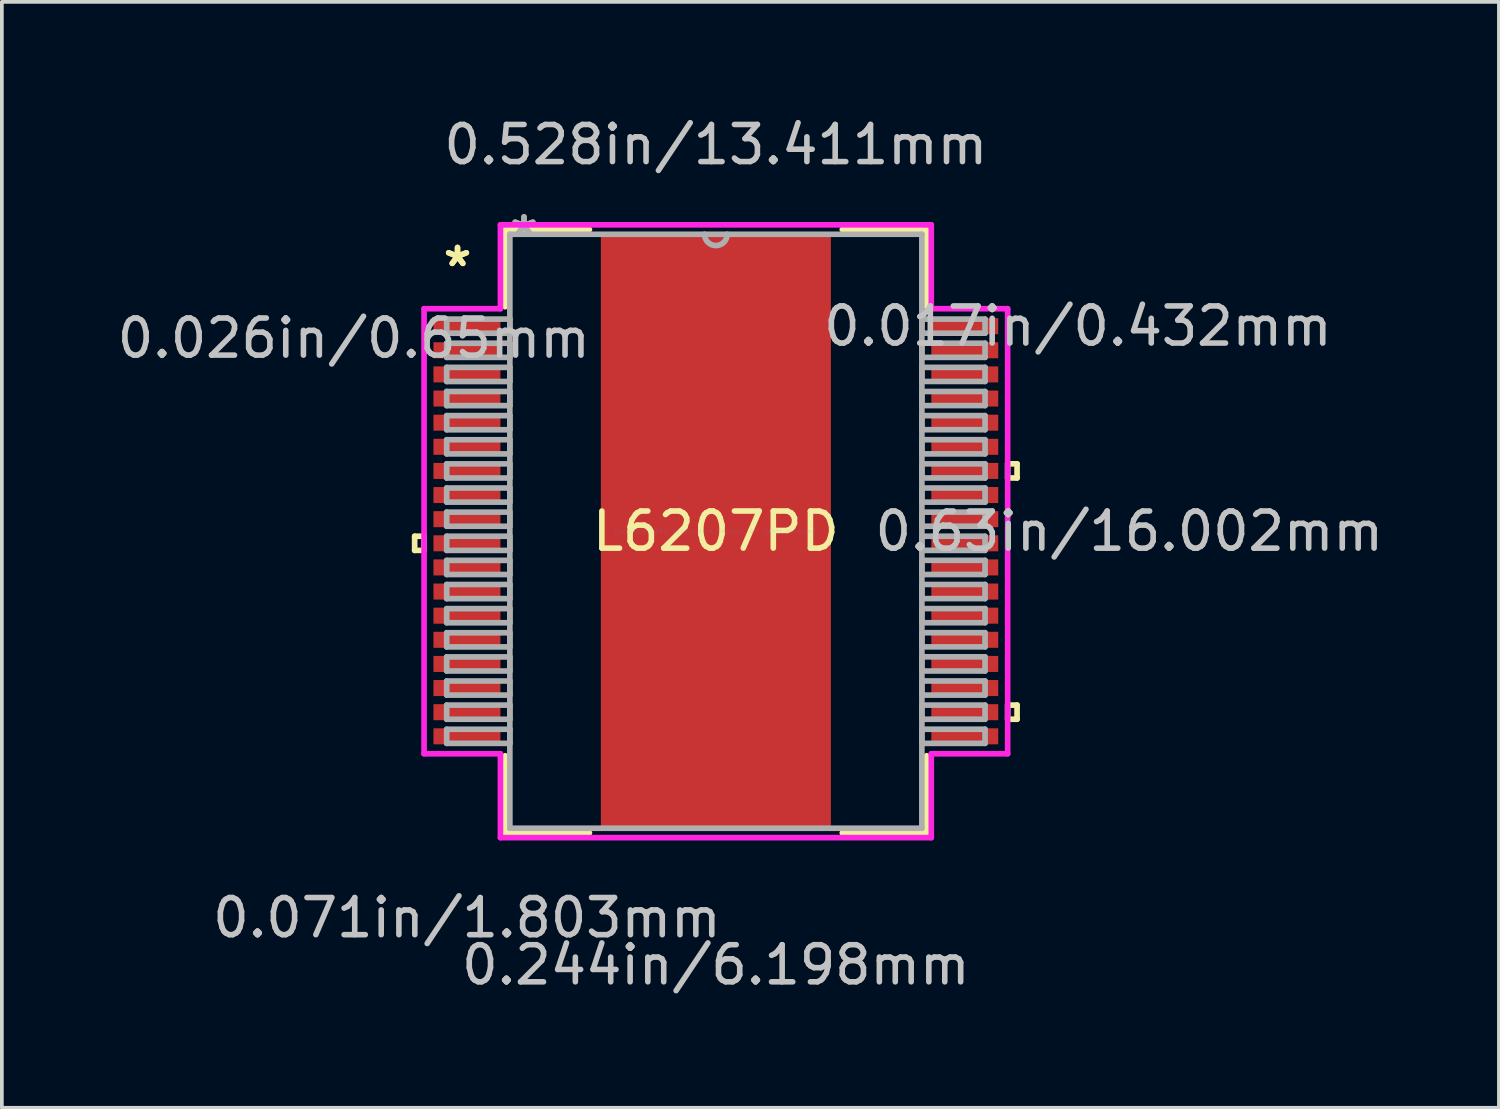
<source format=kicad_pcb>
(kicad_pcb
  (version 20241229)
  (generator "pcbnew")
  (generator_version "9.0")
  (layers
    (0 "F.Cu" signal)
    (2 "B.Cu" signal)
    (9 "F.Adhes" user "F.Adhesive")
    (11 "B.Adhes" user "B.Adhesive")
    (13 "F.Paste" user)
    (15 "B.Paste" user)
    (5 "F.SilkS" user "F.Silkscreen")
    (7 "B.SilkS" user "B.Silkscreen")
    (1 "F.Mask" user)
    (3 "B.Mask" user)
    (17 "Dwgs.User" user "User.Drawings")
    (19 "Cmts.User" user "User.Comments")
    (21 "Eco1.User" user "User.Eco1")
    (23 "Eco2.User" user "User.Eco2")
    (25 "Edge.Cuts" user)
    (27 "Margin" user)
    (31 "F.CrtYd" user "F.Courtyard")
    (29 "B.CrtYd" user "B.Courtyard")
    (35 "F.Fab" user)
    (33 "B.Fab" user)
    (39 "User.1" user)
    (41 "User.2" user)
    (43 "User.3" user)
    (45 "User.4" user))
  (footprint "L6207PD"
    (layer "F.Cu")
    (at 16.236 11.262)
    (property "Reference" "L6207PD" (at 0 0 0) (layer "F.SilkS") (effects (font (size 1 1) (thickness 0.15))))
    (attr through_hole)
    (fp_line (start -8.115 0.135) (end -8.115 0.516) (stroke (width 0.152) (type solid)) (layer "F.SilkS"))
    (fp_line (start -8.115 0.516) (end -7.861 0.516) (stroke (width 0.152) (type solid)) (layer "F.SilkS"))
    (fp_line (start -7.861 0.135) (end -8.115 0.135) (stroke (width 0.152) (type solid)) (layer "F.SilkS"))
    (fp_line (start -7.861 0.516) (end -7.861 0.135) (stroke (width 0.152) (type solid)) (layer "F.SilkS"))
    (fp_line (start -5.677 -8.128) (end -5.677 -6.048) (stroke (width 0.152) (type solid)) (layer "F.SilkS"))
    (fp_line (start -5.677 6.048) (end -5.677 8.128) (stroke (width 0.152) (type solid)) (layer "F.SilkS"))
    (fp_line (start -5.677 8.128) (end -3.406 8.128) (stroke (width 0.152) (type solid)) (layer "F.SilkS"))
    (fp_line (start -3.406 -8.128) (end -5.677 -8.128) (stroke (width 0.152) (type solid)) (layer "F.SilkS"))
    (fp_line (start 3.406 8.128) (end 5.677 8.128) (stroke (width 0.152) (type solid)) (layer "F.SilkS"))
    (fp_line (start 5.677 -8.128) (end 3.406 -8.128) (stroke (width 0.152) (type solid)) (layer "F.SilkS"))
    (fp_line (start 5.677 -6.048) (end 5.677 -8.128) (stroke (width 0.152) (type solid)) (layer "F.SilkS"))
    (fp_line (start 5.677 8.128) (end 5.677 6.048) (stroke (width 0.152) (type solid)) (layer "F.SilkS"))
    (fp_line (start 7.861 -1.816) (end 8.115 -1.816) (stroke (width 0.152) (type solid)) (layer "F.SilkS"))
    (fp_line (start 7.861 -1.435) (end 7.861 -1.816) (stroke (width 0.152) (type solid)) (layer "F.SilkS"))
    (fp_line (start 7.861 4.684) (end 8.115 4.684) (stroke (width 0.152) (type solid)) (layer "F.SilkS"))
    (fp_line (start 7.861 5.065) (end 7.861 4.684) (stroke (width 0.152) (type solid)) (layer "F.SilkS"))
    (fp_line (start 8.115 -1.816) (end 8.115 -1.435) (stroke (width 0.152) (type solid)) (layer "F.SilkS"))
    (fp_line (start 8.115 -1.435) (end 7.861 -1.435) (stroke (width 0.152) (type solid)) (layer "F.SilkS"))
    (fp_line (start 8.115 4.684) (end 8.115 5.065) (stroke (width 0.152) (type solid)) (layer "F.SilkS"))
    (fp_line (start 8.115 5.065) (end 7.861 5.065) (stroke (width 0.152) (type solid)) (layer "F.SilkS"))
    (fp_line (start -2.999 -7.901) (end -2.999 -6.768) (stroke (width 0.152) (type solid)) (layer "F.Paste"))
    (fp_line (start -2.999 -6.768) (end -1.649 -6.768) (stroke (width 0.152) (type solid)) (layer "F.Paste"))
    (fp_line (start -2.999 -6.567) (end -2.999 -5.434) (stroke (width 0.152) (type solid)) (layer "F.Paste"))
    (fp_line (start -2.999 -5.434) (end -1.649 -5.434) (stroke (width 0.152) (type solid)) (layer "F.Paste"))
    (fp_line (start -2.999 -5.234) (end -2.999 -4.101) (stroke (width 0.152) (type solid)) (layer "F.Paste"))
    (fp_line (start -2.999 -4.101) (end -1.649 -4.101) (stroke (width 0.152) (type solid)) (layer "F.Paste"))
    (fp_line (start -2.999 -3.901) (end -2.999 -2.767) (stroke (width 0.152) (type solid)) (layer "F.Paste"))
    (fp_line (start -2.999 -2.767) (end -1.649 -2.767) (stroke (width 0.152) (type solid)) (layer "F.Paste"))
    (fp_line (start -2.999 -2.567) (end -2.999 -1.433) (stroke (width 0.152) (type solid)) (layer "F.Paste"))
    (fp_line (start -2.999 -1.433) (end -1.649 -1.433) (stroke (width 0.152) (type solid)) (layer "F.Paste"))
    (fp_line (start -2.999 -1.234) (end -2.999 -0.1) (stroke (width 0.152) (type solid)) (layer "F.Paste"))
    (fp_line (start -2.999 -0.1) (end -1.649 -0.1) (stroke (width 0.152) (type solid)) (layer "F.Paste"))
    (fp_line (start -2.999 0.1) (end -2.999 1.234) (stroke (width 0.152) (type solid)) (layer "F.Paste"))
    (fp_line (start -2.999 1.234) (end -1.649 1.234) (stroke (width 0.152) (type solid)) (layer "F.Paste"))
    (fp_line (start -2.999 1.433) (end -2.999 2.567) (stroke (width 0.152) (type solid)) (layer "F.Paste"))
    (fp_line (start -2.999 2.567) (end -1.649 2.567) (stroke (width 0.152) (type solid)) (layer "F.Paste"))
    (fp_line (start -2.999 2.767) (end -2.999 3.901) (stroke (width 0.152) (type solid)) (layer "F.Paste"))
    (fp_line (start -2.999 3.901) (end -1.649 3.901) (stroke (width 0.152) (type solid)) (layer "F.Paste"))
    (fp_line (start -2.999 4.101) (end -2.999 5.234) (stroke (width 0.152) (type solid)) (layer "F.Paste"))
    (fp_line (start -2.999 5.234) (end -1.649 5.234) (stroke (width 0.152) (type solid)) (layer "F.Paste"))
    (fp_line (start -2.999 5.434) (end -2.999 6.567) (stroke (width 0.152) (type solid)) (layer "F.Paste"))
    (fp_line (start -2.999 6.567) (end -1.649 6.567) (stroke (width 0.152) (type solid)) (layer "F.Paste"))
    (fp_line (start -2.999 6.768) (end -2.999 7.901) (stroke (width 0.152) (type solid)) (layer "F.Paste"))
    (fp_line (start -2.999 7.901) (end -1.649 7.901) (stroke (width 0.152) (type solid)) (layer "F.Paste"))
    (fp_line (start -1.649 -7.901) (end -2.999 -7.901) (stroke (width 0.152) (type solid)) (layer "F.Paste"))
    (fp_line (start -1.649 -6.768) (end -1.649 -7.901) (stroke (width 0.152) (type solid)) (layer "F.Paste"))
    (fp_line (start -1.649 -6.567) (end -2.999 -6.567) (stroke (width 0.152) (type solid)) (layer "F.Paste"))
    (fp_line (start -1.649 -5.434) (end -1.649 -6.567) (stroke (width 0.152) (type solid)) (layer "F.Paste"))
    (fp_line (start -1.649 -5.234) (end -2.999 -5.234) (stroke (width 0.152) (type solid)) (layer "F.Paste"))
    (fp_line (start -1.649 -4.101) (end -1.649 -5.234) (stroke (width 0.152) (type solid)) (layer "F.Paste"))
    (fp_line (start -1.649 -3.901) (end -2.999 -3.901) (stroke (width 0.152) (type solid)) (layer "F.Paste"))
    (fp_line (start -1.649 -2.767) (end -1.649 -3.901) (stroke (width 0.152) (type solid)) (layer "F.Paste"))
    (fp_line (start -1.649 -2.567) (end -2.999 -2.567) (stroke (width 0.152) (type solid)) (layer "F.Paste"))
    (fp_line (start -1.649 -1.433) (end -1.649 -2.567) (stroke (width 0.152) (type solid)) (layer "F.Paste"))
    (fp_line (start -1.649 -1.234) (end -2.999 -1.234) (stroke (width 0.152) (type solid)) (layer "F.Paste"))
    (fp_line (start -1.649 -0.1) (end -1.649 -1.234) (stroke (width 0.152) (type solid)) (layer "F.Paste"))
    (fp_line (start -1.649 0.1) (end -2.999 0.1) (stroke (width 0.152) (type solid)) (layer "F.Paste"))
    (fp_line (start -1.649 1.234) (end -1.649 0.1) (stroke (width 0.152) (type solid)) (layer "F.Paste"))
    (fp_line (start -1.649 1.433) (end -2.999 1.433) (stroke (width 0.152) (type solid)) (layer "F.Paste"))
    (fp_line (start -1.649 2.567) (end -1.649 1.433) (stroke (width 0.152) (type solid)) (layer "F.Paste"))
    (fp_line (start -1.649 2.767) (end -2.999 2.767) (stroke (width 0.152) (type solid)) (layer "F.Paste"))
    (fp_line (start -1.649 3.901) (end -1.649 2.767) (stroke (width 0.152) (type solid)) (layer "F.Paste"))
    (fp_line (start -1.649 4.101) (end -2.999 4.101) (stroke (width 0.152) (type solid)) (layer "F.Paste"))
    (fp_line (start -1.649 5.234) (end -1.649 4.101) (stroke (width 0.152) (type solid)) (layer "F.Paste"))
    (fp_line (start -1.649 5.434) (end -2.999 5.434) (stroke (width 0.152) (type solid)) (layer "F.Paste"))
    (fp_line (start -1.649 6.567) (end -1.649 5.434) (stroke (width 0.152) (type solid)) (layer "F.Paste"))
    (fp_line (start -1.649 6.768) (end -2.999 6.768) (stroke (width 0.152) (type solid)) (layer "F.Paste"))
    (fp_line (start -1.649 7.901) (end -1.649 6.768) (stroke (width 0.152) (type solid)) (layer "F.Paste"))
    (fp_line (start -1.449 -7.901) (end -1.449 -6.768) (stroke (width 0.152) (type solid)) (layer "F.Paste"))
    (fp_line (start -1.449 -6.768) (end -0.1 -6.768) (stroke (width 0.152) (type solid)) (layer "F.Paste"))
    (fp_line (start -1.449 -6.567) (end -1.449 -5.434) (stroke (width 0.152) (type solid)) (layer "F.Paste"))
    (fp_line (start -1.449 -5.434) (end -0.1 -5.434) (stroke (width 0.152) (type solid)) (layer "F.Paste"))
    (fp_line (start -1.449 -5.234) (end -1.449 -4.101) (stroke (width 0.152) (type solid)) (layer "F.Paste"))
    (fp_line (start -1.449 -4.101) (end -0.1 -4.101) (stroke (width 0.152) (type solid)) (layer "F.Paste"))
    (fp_line (start -1.449 -3.901) (end -1.449 -2.767) (stroke (width 0.152) (type solid)) (layer "F.Paste"))
    (fp_line (start -1.449 -2.767) (end -0.1 -2.767) (stroke (width 0.152) (type solid)) (layer "F.Paste"))
    (fp_line (start -1.449 -2.567) (end -1.449 -1.433) (stroke (width 0.152) (type solid)) (layer "F.Paste"))
    (fp_line (start -1.449 -1.433) (end -0.1 -1.433) (stroke (width 0.152) (type solid)) (layer "F.Paste"))
    (fp_line (start -1.449 -1.234) (end -1.449 -0.1) (stroke (width 0.152) (type solid)) (layer "F.Paste"))
    (fp_line (start -1.449 -0.1) (end -0.1 -0.1) (stroke (width 0.152) (type solid)) (layer "F.Paste"))
    (fp_line (start -1.449 0.1) (end -1.449 1.234) (stroke (width 0.152) (type solid)) (layer "F.Paste"))
    (fp_line (start -1.449 1.234) (end -0.1 1.234) (stroke (width 0.152) (type solid)) (layer "F.Paste"))
    (fp_line (start -1.449 1.433) (end -1.449 2.567) (stroke (width 0.152) (type solid)) (layer "F.Paste"))
    (fp_line (start -1.449 2.567) (end -0.1 2.567) (stroke (width 0.152) (type solid)) (layer "F.Paste"))
    (fp_line (start -1.449 2.767) (end -1.449 3.901) (stroke (width 0.152) (type solid)) (layer "F.Paste"))
    (fp_line (start -1.449 3.901) (end -0.1 3.901) (stroke (width 0.152) (type solid)) (layer "F.Paste"))
    (fp_line (start -1.449 4.101) (end -1.449 5.234) (stroke (width 0.152) (type solid)) (layer "F.Paste"))
    (fp_line (start -1.449 5.234) (end -0.1 5.234) (stroke (width 0.152) (type solid)) (layer "F.Paste"))
    (fp_line (start -1.449 5.434) (end -1.449 6.567) (stroke (width 0.152) (type solid)) (layer "F.Paste"))
    (fp_line (start -1.449 6.567) (end -0.1 6.567) (stroke (width 0.152) (type solid)) (layer "F.Paste"))
    (fp_line (start -1.449 6.768) (end -1.449 7.901) (stroke (width 0.152) (type solid)) (layer "F.Paste"))
    (fp_line (start -1.449 7.901) (end -0.1 7.901) (stroke (width 0.152) (type solid)) (layer "F.Paste"))
    (fp_line (start -0.1 -7.901) (end -1.449 -7.901) (stroke (width 0.152) (type solid)) (layer "F.Paste"))
    (fp_line (start -0.1 -6.768) (end -0.1 -7.901) (stroke (width 0.152) (type solid)) (layer "F.Paste"))
    (fp_line (start -0.1 -6.567) (end -1.449 -6.567) (stroke (width 0.152) (type solid)) (layer "F.Paste"))
    (fp_line (start -0.1 -5.434) (end -0.1 -6.567) (stroke (width 0.152) (type solid)) (layer "F.Paste"))
    (fp_line (start -0.1 -5.234) (end -1.449 -5.234) (stroke (width 0.152) (type solid)) (layer "F.Paste"))
    (fp_line (start -0.1 -4.101) (end -0.1 -5.234) (stroke (width 0.152) (type solid)) (layer "F.Paste"))
    (fp_line (start -0.1 -3.901) (end -1.449 -3.901) (stroke (width 0.152) (type solid)) (layer "F.Paste"))
    (fp_line (start -0.1 -2.767) (end -0.1 -3.901) (stroke (width 0.152) (type solid)) (layer "F.Paste"))
    (fp_line (start -0.1 -2.567) (end -1.449 -2.567) (stroke (width 0.152) (type solid)) (layer "F.Paste"))
    (fp_line (start -0.1 -1.433) (end -0.1 -2.567) (stroke (width 0.152) (type solid)) (layer "F.Paste"))
    (fp_line (start -0.1 -1.234) (end -1.449 -1.234) (stroke (width 0.152) (type solid)) (layer "F.Paste"))
    (fp_line (start -0.1 -0.1) (end -0.1 -1.234) (stroke (width 0.152) (type solid)) (layer "F.Paste"))
    (fp_line (start -0.1 0.1) (end -1.449 0.1) (stroke (width 0.152) (type solid)) (layer "F.Paste"))
    (fp_line (start -0.1 1.234) (end -0.1 0.1) (stroke (width 0.152) (type solid)) (layer "F.Paste"))
    (fp_line (start -0.1 1.433) (end -1.449 1.433) (stroke (width 0.152) (type solid)) (layer "F.Paste"))
    (fp_line (start -0.1 2.567) (end -0.1 1.433) (stroke (width 0.152) (type solid)) (layer "F.Paste"))
    (fp_line (start -0.1 2.767) (end -1.449 2.767) (stroke (width 0.152) (type solid)) (layer "F.Paste"))
    (fp_line (start -0.1 3.901) (end -0.1 2.767) (stroke (width 0.152) (type solid)) (layer "F.Paste"))
    (fp_line (start -0.1 4.101) (end -1.449 4.101) (stroke (width 0.152) (type solid)) (layer "F.Paste"))
    (fp_line (start -0.1 5.234) (end -0.1 4.101) (stroke (width 0.152) (type solid)) (layer "F.Paste"))
    (fp_line (start -0.1 5.434) (end -1.449 5.434) (stroke (width 0.152) (type solid)) (layer "F.Paste"))
    (fp_line (start -0.1 6.567) (end -0.1 5.434) (stroke (width 0.152) (type solid)) (layer "F.Paste"))
    (fp_line (start -0.1 6.768) (end -1.449 6.768) (stroke (width 0.152) (type solid)) (layer "F.Paste"))
    (fp_line (start -0.1 7.901) (end -0.1 6.768) (stroke (width 0.152) (type solid)) (layer "F.Paste"))
    (fp_line (start 0.1 -7.901) (end 0.1 -6.768) (stroke (width 0.152) (type solid)) (layer "F.Paste"))
    (fp_line (start 0.1 -6.768) (end 1.449 -6.768) (stroke (width 0.152) (type solid)) (layer "F.Paste"))
    (fp_line (start 0.1 -6.567) (end 0.1 -5.434) (stroke (width 0.152) (type solid)) (layer "F.Paste"))
    (fp_line (start 0.1 -5.434) (end 1.449 -5.434) (stroke (width 0.152) (type solid)) (layer "F.Paste"))
    (fp_line (start 0.1 -5.234) (end 0.1 -4.101) (stroke (width 0.152) (type solid)) (layer "F.Paste"))
    (fp_line (start 0.1 -4.101) (end 1.449 -4.101) (stroke (width 0.152) (type solid)) (layer "F.Paste"))
    (fp_line (start 0.1 -3.901) (end 0.1 -2.767) (stroke (width 0.152) (type solid)) (layer "F.Paste"))
    (fp_line (start 0.1 -2.767) (end 1.449 -2.767) (stroke (width 0.152) (type solid)) (layer "F.Paste"))
    (fp_line (start 0.1 -2.567) (end 0.1 -1.433) (stroke (width 0.152) (type solid)) (layer "F.Paste"))
    (fp_line (start 0.1 -1.433) (end 1.449 -1.433) (stroke (width 0.152) (type solid)) (layer "F.Paste"))
    (fp_line (start 0.1 -1.234) (end 0.1 -0.1) (stroke (width 0.152) (type solid)) (layer "F.Paste"))
    (fp_line (start 0.1 -0.1) (end 1.449 -0.1) (stroke (width 0.152) (type solid)) (layer "F.Paste"))
    (fp_line (start 0.1 0.1) (end 0.1 1.234) (stroke (width 0.152) (type solid)) (layer "F.Paste"))
    (fp_line (start 0.1 1.234) (end 1.449 1.234) (stroke (width 0.152) (type solid)) (layer "F.Paste"))
    (fp_line (start 0.1 1.433) (end 0.1 2.567) (stroke (width 0.152) (type solid)) (layer "F.Paste"))
    (fp_line (start 0.1 2.567) (end 1.449 2.567) (stroke (width 0.152) (type solid)) (layer "F.Paste"))
    (fp_line (start 0.1 2.767) (end 0.1 3.901) (stroke (width 0.152) (type solid)) (layer "F.Paste"))
    (fp_line (start 0.1 3.901) (end 1.449 3.901) (stroke (width 0.152) (type solid)) (layer "F.Paste"))
    (fp_line (start 0.1 4.101) (end 0.1 5.234) (stroke (width 0.152) (type solid)) (layer "F.Paste"))
    (fp_line (start 0.1 5.234) (end 1.449 5.234) (stroke (width 0.152) (type solid)) (layer "F.Paste"))
    (fp_line (start 0.1 5.434) (end 0.1 6.567) (stroke (width 0.152) (type solid)) (layer "F.Paste"))
    (fp_line (start 0.1 6.567) (end 1.449 6.567) (stroke (width 0.152) (type solid)) (layer "F.Paste"))
    (fp_line (start 0.1 6.768) (end 0.1 7.901) (stroke (width 0.152) (type solid)) (layer "F.Paste"))
    (fp_line (start 0.1 7.901) (end 1.449 7.901) (stroke (width 0.152) (type solid)) (layer "F.Paste"))
    (fp_line (start 1.449 -7.901) (end 0.1 -7.901) (stroke (width 0.152) (type solid)) (layer "F.Paste"))
    (fp_line (start 1.449 -6.768) (end 1.449 -7.901) (stroke (width 0.152) (type solid)) (layer "F.Paste"))
    (fp_line (start 1.449 -6.567) (end 0.1 -6.567) (stroke (width 0.152) (type solid)) (layer "F.Paste"))
    (fp_line (start 1.449 -5.434) (end 1.449 -6.567) (stroke (width 0.152) (type solid)) (layer "F.Paste"))
    (fp_line (start 1.449 -5.234) (end 0.1 -5.234) (stroke (width 0.152) (type solid)) (layer "F.Paste"))
    (fp_line (start 1.449 -4.101) (end 1.449 -5.234) (stroke (width 0.152) (type solid)) (layer "F.Paste"))
    (fp_line (start 1.449 -3.901) (end 0.1 -3.901) (stroke (width 0.152) (type solid)) (layer "F.Paste"))
    (fp_line (start 1.449 -2.767) (end 1.449 -3.901) (stroke (width 0.152) (type solid)) (layer "F.Paste"))
    (fp_line (start 1.449 -2.567) (end 0.1 -2.567) (stroke (width 0.152) (type solid)) (layer "F.Paste"))
    (fp_line (start 1.449 -1.433) (end 1.449 -2.567) (stroke (width 0.152) (type solid)) (layer "F.Paste"))
    (fp_line (start 1.449 -1.234) (end 0.1 -1.234) (stroke (width 0.152) (type solid)) (layer "F.Paste"))
    (fp_line (start 1.449 -0.1) (end 1.449 -1.234) (stroke (width 0.152) (type solid)) (layer "F.Paste"))
    (fp_line (start 1.449 0.1) (end 0.1 0.1) (stroke (width 0.152) (type solid)) (layer "F.Paste"))
    (fp_line (start 1.449 1.234) (end 1.449 0.1) (stroke (width 0.152) (type solid)) (layer "F.Paste"))
    (fp_line (start 1.449 1.433) (end 0.1 1.433) (stroke (width 0.152) (type solid)) (layer "F.Paste"))
    (fp_line (start 1.449 2.567) (end 1.449 1.433) (stroke (width 0.152) (type solid)) (layer "F.Paste"))
    (fp_line (start 1.449 2.767) (end 0.1 2.767) (stroke (width 0.152) (type solid)) (layer "F.Paste"))
    (fp_line (start 1.449 3.901) (end 1.449 2.767) (stroke (width 0.152) (type solid)) (layer "F.Paste"))
    (fp_line (start 1.449 4.101) (end 0.1 4.101) (stroke (width 0.152) (type solid)) (layer "F.Paste"))
    (fp_line (start 1.449 5.234) (end 1.449 4.101) (stroke (width 0.152) (type solid)) (layer "F.Paste"))
    (fp_line (start 1.449 5.434) (end 0.1 5.434) (stroke (width 0.152) (type solid)) (layer "F.Paste"))
    (fp_line (start 1.449 6.567) (end 1.449 5.434) (stroke (width 0.152) (type solid)) (layer "F.Paste"))
    (fp_line (start 1.449 6.768) (end 0.1 6.768) (stroke (width 0.152) (type solid)) (layer "F.Paste"))
    (fp_line (start 1.449 7.901) (end 1.449 6.768) (stroke (width 0.152) (type solid)) (layer "F.Paste"))
    (fp_line (start 1.649 -7.901) (end 1.649 -6.768) (stroke (width 0.152) (type solid)) (layer "F.Paste"))
    (fp_line (start 1.649 -6.768) (end 2.999 -6.768) (stroke (width 0.152) (type solid)) (layer "F.Paste"))
    (fp_line (start 1.649 -6.567) (end 1.649 -5.434) (stroke (width 0.152) (type solid)) (layer "F.Paste"))
    (fp_line (start 1.649 -5.434) (end 2.999 -5.434) (stroke (width 0.152) (type solid)) (layer "F.Paste"))
    (fp_line (start 1.649 -5.234) (end 1.649 -4.101) (stroke (width 0.152) (type solid)) (layer "F.Paste"))
    (fp_line (start 1.649 -4.101) (end 2.999 -4.101) (stroke (width 0.152) (type solid)) (layer "F.Paste"))
    (fp_line (start 1.649 -3.901) (end 1.649 -2.767) (stroke (width 0.152) (type solid)) (layer "F.Paste"))
    (fp_line (start 1.649 -2.767) (end 2.999 -2.767) (stroke (width 0.152) (type solid)) (layer "F.Paste"))
    (fp_line (start 1.649 -2.567) (end 1.649 -1.433) (stroke (width 0.152) (type solid)) (layer "F.Paste"))
    (fp_line (start 1.649 -1.433) (end 2.999 -1.433) (stroke (width 0.152) (type solid)) (layer "F.Paste"))
    (fp_line (start 1.649 -1.234) (end 1.649 -0.1) (stroke (width 0.152) (type solid)) (layer "F.Paste"))
    (fp_line (start 1.649 -0.1) (end 2.999 -0.1) (stroke (width 0.152) (type solid)) (layer "F.Paste"))
    (fp_line (start 1.649 0.1) (end 1.649 1.234) (stroke (width 0.152) (type solid)) (layer "F.Paste"))
    (fp_line (start 1.649 1.234) (end 2.999 1.234) (stroke (width 0.152) (type solid)) (layer "F.Paste"))
    (fp_line (start 1.649 1.433) (end 1.649 2.567) (stroke (width 0.152) (type solid)) (layer "F.Paste"))
    (fp_line (start 1.649 2.567) (end 2.999 2.567) (stroke (width 0.152) (type solid)) (layer "F.Paste"))
    (fp_line (start 1.649 2.767) (end 1.649 3.901) (stroke (width 0.152) (type solid)) (layer "F.Paste"))
    (fp_line (start 1.649 3.901) (end 2.999 3.901) (stroke (width 0.152) (type solid)) (layer "F.Paste"))
    (fp_line (start 1.649 4.101) (end 1.649 5.234) (stroke (width 0.152) (type solid)) (layer "F.Paste"))
    (fp_line (start 1.649 5.234) (end 2.999 5.234) (stroke (width 0.152) (type solid)) (layer "F.Paste"))
    (fp_line (start 1.649 5.434) (end 1.649 6.567) (stroke (width 0.152) (type solid)) (layer "F.Paste"))
    (fp_line (start 1.649 6.567) (end 2.999 6.567) (stroke (width 0.152) (type solid)) (layer "F.Paste"))
    (fp_line (start 1.649 6.768) (end 1.649 7.901) (stroke (width 0.152) (type solid)) (layer "F.Paste"))
    (fp_line (start 1.649 7.901) (end 2.999 7.901) (stroke (width 0.152) (type solid)) (layer "F.Paste"))
    (fp_line (start 2.999 -7.901) (end 1.649 -7.901) (stroke (width 0.152) (type solid)) (layer "F.Paste"))
    (fp_line (start 2.999 -6.768) (end 2.999 -7.901) (stroke (width 0.152) (type solid)) (layer "F.Paste"))
    (fp_line (start 2.999 -6.567) (end 1.649 -6.567) (stroke (width 0.152) (type solid)) (layer "F.Paste"))
    (fp_line (start 2.999 -5.434) (end 2.999 -6.567) (stroke (width 0.152) (type solid)) (layer "F.Paste"))
    (fp_line (start 2.999 -5.234) (end 1.649 -5.234) (stroke (width 0.152) (type solid)) (layer "F.Paste"))
    (fp_line (start 2.999 -4.101) (end 2.999 -5.234) (stroke (width 0.152) (type solid)) (layer "F.Paste"))
    (fp_line (start 2.999 -3.901) (end 1.649 -3.901) (stroke (width 0.152) (type solid)) (layer "F.Paste"))
    (fp_line (start 2.999 -2.767) (end 2.999 -3.901) (stroke (width 0.152) (type solid)) (layer "F.Paste"))
    (fp_line (start 2.999 -2.567) (end 1.649 -2.567) (stroke (width 0.152) (type solid)) (layer "F.Paste"))
    (fp_line (start 2.999 -1.433) (end 2.999 -2.567) (stroke (width 0.152) (type solid)) (layer "F.Paste"))
    (fp_line (start 2.999 -1.234) (end 1.649 -1.234) (stroke (width 0.152) (type solid)) (layer "F.Paste"))
    (fp_line (start 2.999 -0.1) (end 2.999 -1.234) (stroke (width 0.152) (type solid)) (layer "F.Paste"))
    (fp_line (start 2.999 0.1) (end 1.649 0.1) (stroke (width 0.152) (type solid)) (layer "F.Paste"))
    (fp_line (start 2.999 1.234) (end 2.999 0.1) (stroke (width 0.152) (type solid)) (layer "F.Paste"))
    (fp_line (start 2.999 1.433) (end 1.649 1.433) (stroke (width 0.152) (type solid)) (layer "F.Paste"))
    (fp_line (start 2.999 2.567) (end 2.999 1.433) (stroke (width 0.152) (type solid)) (layer "F.Paste"))
    (fp_line (start 2.999 2.767) (end 1.649 2.767) (stroke (width 0.152) (type solid)) (layer "F.Paste"))
    (fp_line (start 2.999 3.901) (end 2.999 2.767) (stroke (width 0.152) (type solid)) (layer "F.Paste"))
    (fp_line (start 2.999 4.101) (end 1.649 4.101) (stroke (width 0.152) (type solid)) (layer "F.Paste"))
    (fp_line (start 2.999 5.234) (end 2.999 4.101) (stroke (width 0.152) (type solid)) (layer "F.Paste"))
    (fp_line (start 2.999 5.434) (end 1.649 5.434) (stroke (width 0.152) (type solid)) (layer "F.Paste"))
    (fp_line (start 2.999 6.567) (end 2.999 5.434) (stroke (width 0.152) (type solid)) (layer "F.Paste"))
    (fp_line (start 2.999 6.768) (end 1.649 6.768) (stroke (width 0.152) (type solid)) (layer "F.Paste"))
    (fp_line (start 2.999 7.901) (end 2.999 6.768) (stroke (width 0.152) (type solid)) (layer "F.Paste"))
    (fp_line (start -7.861 -5.995) (end -5.804 -5.995) (stroke (width 0.152) (type solid)) (layer "F.CrtYd"))
    (fp_line (start -7.861 5.995) (end -7.861 -5.995) (stroke (width 0.152) (type solid)) (layer "F.CrtYd"))
    (fp_line (start -5.804 -8.255) (end 5.804 -8.255) (stroke (width 0.152) (type solid)) (layer "F.CrtYd"))
    (fp_line (start -5.804 -5.995) (end -5.804 -8.255) (stroke (width 0.152) (type solid)) (layer "F.CrtYd"))
    (fp_line (start -5.804 5.995) (end -7.861 5.995) (stroke (width 0.152) (type solid)) (layer "F.CrtYd"))
    (fp_line (start -5.804 8.255) (end -5.804 5.995) (stroke (width 0.152) (type solid)) (layer "F.CrtYd"))
    (fp_line (start 5.804 -8.255) (end 5.804 -5.995) (stroke (width 0.152) (type solid)) (layer "F.CrtYd"))
    (fp_line (start 5.804 -5.995) (end 7.861 -5.995) (stroke (width 0.152) (type solid)) (layer "F.CrtYd"))
    (fp_line (start 5.804 5.995) (end 5.804 8.255) (stroke (width 0.152) (type solid)) (layer "F.CrtYd"))
    (fp_line (start 5.804 8.255) (end -5.804 8.255) (stroke (width 0.152) (type solid)) (layer "F.CrtYd"))
    (fp_line (start 7.861 -5.995) (end 7.861 5.995) (stroke (width 0.152) (type solid)) (layer "F.CrtYd"))
    (fp_line (start 7.861 5.995) (end 5.804 5.995) (stroke (width 0.152) (type solid)) (layer "F.CrtYd"))
    (fp_line (start -7.252 -5.715) (end -7.252 -5.334) (stroke (width 0.152) (type solid)) (layer "F.Fab"))
    (fp_line (start -7.252 -5.334) (end -5.55 -5.334) (stroke (width 0.152) (type solid)) (layer "F.Fab"))
    (fp_line (start -7.252 -5.065) (end -7.252 -4.684) (stroke (width 0.152) (type solid)) (layer "F.Fab"))
    (fp_line (start -7.252 -4.684) (end -5.55 -4.684) (stroke (width 0.152) (type solid)) (layer "F.Fab"))
    (fp_line (start -7.252 -4.415) (end -7.252 -4.034) (stroke (width 0.152) (type solid)) (layer "F.Fab"))
    (fp_line (start -7.252 -4.034) (end -5.55 -4.034) (stroke (width 0.152) (type solid)) (layer "F.Fab"))
    (fp_line (start -7.252 -3.765) (end -7.252 -3.384) (stroke (width 0.152) (type solid)) (layer "F.Fab"))
    (fp_line (start -7.252 -3.384) (end -5.55 -3.384) (stroke (width 0.152) (type solid)) (layer "F.Fab"))
    (fp_line (start -7.252 -3.115) (end -7.252 -2.734) (stroke (width 0.152) (type solid)) (layer "F.Fab"))
    (fp_line (start -7.252 -2.734) (end -5.55 -2.734) (stroke (width 0.152) (type solid)) (layer "F.Fab"))
    (fp_line (start -7.252 -2.465) (end -7.252 -2.084) (stroke (width 0.152) (type solid)) (layer "F.Fab"))
    (fp_line (start -7.252 -2.084) (end -5.55 -2.084) (stroke (width 0.152) (type solid)) (layer "F.Fab"))
    (fp_line (start -7.252 -1.815) (end -7.252 -1.434) (stroke (width 0.152) (type solid)) (layer "F.Fab"))
    (fp_line (start -7.252 -1.434) (end -5.55 -1.434) (stroke (width 0.152) (type solid)) (layer "F.Fab"))
    (fp_line (start -7.252 -1.165) (end -7.252 -0.784) (stroke (width 0.152) (type solid)) (layer "F.Fab"))
    (fp_line (start -7.252 -0.784) (end -5.55 -0.784) (stroke (width 0.152) (type solid)) (layer "F.Fab"))
    (fp_line (start -7.252 -0.515) (end -7.252 -0.134) (stroke (width 0.152) (type solid)) (layer "F.Fab"))
    (fp_line (start -7.252 -0.134) (end -5.55 -0.134) (stroke (width 0.152) (type solid)) (layer "F.Fab"))
    (fp_line (start -7.252 0.135) (end -7.252 0.516) (stroke (width 0.152) (type solid)) (layer "F.Fab"))
    (fp_line (start -7.252 0.516) (end -5.55 0.516) (stroke (width 0.152) (type solid)) (layer "F.Fab"))
    (fp_line (start -7.252 0.785) (end -7.252 1.166) (stroke (width 0.152) (type solid)) (layer "F.Fab"))
    (fp_line (start -7.252 1.166) (end -5.55 1.166) (stroke (width 0.152) (type solid)) (layer "F.Fab"))
    (fp_line (start -7.252 1.435) (end -7.252 1.816) (stroke (width 0.152) (type solid)) (layer "F.Fab"))
    (fp_line (start -7.252 1.816) (end -5.55 1.816) (stroke (width 0.152) (type solid)) (layer "F.Fab"))
    (fp_line (start -7.252 2.085) (end -7.252 2.466) (stroke (width 0.152) (type solid)) (layer "F.Fab"))
    (fp_line (start -7.252 2.466) (end -5.55 2.466) (stroke (width 0.152) (type solid)) (layer "F.Fab"))
    (fp_line (start -7.252 2.735) (end -7.252 3.116) (stroke (width 0.152) (type solid)) (layer "F.Fab"))
    (fp_line (start -7.252 3.116) (end -5.55 3.116) (stroke (width 0.152) (type solid)) (layer "F.Fab"))
    (fp_line (start -7.252 3.385) (end -7.252 3.765) (stroke (width 0.152) (type solid)) (layer "F.Fab"))
    (fp_line (start -7.252 3.765) (end -5.55 3.765) (stroke (width 0.152) (type solid)) (layer "F.Fab"))
    (fp_line (start -7.252 4.035) (end -7.252 4.415) (stroke (width 0.152) (type solid)) (layer "F.Fab"))
    (fp_line (start -7.252 4.415) (end -5.55 4.415) (stroke (width 0.152) (type solid)) (layer "F.Fab"))
    (fp_line (start -7.252 4.684) (end -7.252 5.066) (stroke (width 0.152) (type solid)) (layer "F.Fab"))
    (fp_line (start -7.252 5.066) (end -5.55 5.066) (stroke (width 0.152) (type solid)) (layer "F.Fab"))
    (fp_line (start -7.252 5.335) (end -7.252 5.715) (stroke (width 0.152) (type solid)) (layer "F.Fab"))
    (fp_line (start -7.252 5.715) (end -5.55 5.715) (stroke (width 0.152) (type solid)) (layer "F.Fab"))
    (fp_line (start -5.55 -8.001) (end -5.55 8.001) (stroke (width 0.152) (type solid)) (layer "F.Fab"))
    (fp_line (start -5.55 -5.715) (end -7.252 -5.715) (stroke (width 0.152) (type solid)) (layer "F.Fab"))
    (fp_line (start -5.55 -5.334) (end -5.55 -5.715) (stroke (width 0.152) (type solid)) (layer "F.Fab"))
    (fp_line (start -5.55 -5.065) (end -7.252 -5.065) (stroke (width 0.152) (type solid)) (layer "F.Fab"))
    (fp_line (start -5.55 -4.684) (end -5.55 -5.065) (stroke (width 0.152) (type solid)) (layer "F.Fab"))
    (fp_line (start -5.55 -4.415) (end -7.252 -4.415) (stroke (width 0.152) (type solid)) (layer "F.Fab"))
    (fp_line (start -5.55 -4.034) (end -5.55 -4.415) (stroke (width 0.152) (type solid)) (layer "F.Fab"))
    (fp_line (start -5.55 -3.765) (end -7.252 -3.765) (stroke (width 0.152) (type solid)) (layer "F.Fab"))
    (fp_line (start -5.55 -3.384) (end -5.55 -3.765) (stroke (width 0.152) (type solid)) (layer "F.Fab"))
    (fp_line (start -5.55 -3.115) (end -7.252 -3.115) (stroke (width 0.152) (type solid)) (layer "F.Fab"))
    (fp_line (start -5.55 -2.734) (end -5.55 -3.115) (stroke (width 0.152) (type solid)) (layer "F.Fab"))
    (fp_line (start -5.55 -2.465) (end -7.252 -2.465) (stroke (width 0.152) (type solid)) (layer "F.Fab"))
    (fp_line (start -5.55 -2.084) (end -5.55 -2.465) (stroke (width 0.152) (type solid)) (layer "F.Fab"))
    (fp_line (start -5.55 -1.815) (end -7.252 -1.815) (stroke (width 0.152) (type solid)) (layer "F.Fab"))
    (fp_line (start -5.55 -1.434) (end -5.55 -1.815) (stroke (width 0.152) (type solid)) (layer "F.Fab"))
    (fp_line (start -5.55 -1.165) (end -7.252 -1.165) (stroke (width 0.152) (type solid)) (layer "F.Fab"))
    (fp_line (start -5.55 -0.784) (end -5.55 -1.165) (stroke (width 0.152) (type solid)) (layer "F.Fab"))
    (fp_line (start -5.55 -0.515) (end -7.252 -0.515) (stroke (width 0.152) (type solid)) (layer "F.Fab"))
    (fp_line (start -5.55 -0.134) (end -5.55 -0.515) (stroke (width 0.152) (type solid)) (layer "F.Fab"))
    (fp_line (start -5.55 0.135) (end -7.252 0.135) (stroke (width 0.152) (type solid)) (layer "F.Fab"))
    (fp_line (start -5.55 0.516) (end -5.55 0.135) (stroke (width 0.152) (type solid)) (layer "F.Fab"))
    (fp_line (start -5.55 0.785) (end -7.252 0.785) (stroke (width 0.152) (type solid)) (layer "F.Fab"))
    (fp_line (start -5.55 1.166) (end -5.55 0.785) (stroke (width 0.152) (type solid)) (layer "F.Fab"))
    (fp_line (start -5.55 1.435) (end -7.252 1.435) (stroke (width 0.152) (type solid)) (layer "F.Fab"))
    (fp_line (start -5.55 1.816) (end -5.55 1.435) (stroke (width 0.152) (type solid)) (layer "F.Fab"))
    (fp_line (start -5.55 2.085) (end -7.252 2.085) (stroke (width 0.152) (type solid)) (layer "F.Fab"))
    (fp_line (start -5.55 2.466) (end -5.55 2.085) (stroke (width 0.152) (type solid)) (layer "F.Fab"))
    (fp_line (start -5.55 2.735) (end -7.252 2.735) (stroke (width 0.152) (type solid)) (layer "F.Fab"))
    (fp_line (start -5.55 3.116) (end -5.55 2.735) (stroke (width 0.152) (type solid)) (layer "F.Fab"))
    (fp_line (start -5.55 3.385) (end -7.252 3.385) (stroke (width 0.152) (type solid)) (layer "F.Fab"))
    (fp_line (start -5.55 3.765) (end -5.55 3.385) (stroke (width 0.152) (type solid)) (layer "F.Fab"))
    (fp_line (start -5.55 4.035) (end -7.252 4.035) (stroke (width 0.152) (type solid)) (layer "F.Fab"))
    (fp_line (start -5.55 4.415) (end -5.55 4.035) (stroke (width 0.152) (type solid)) (layer "F.Fab"))
    (fp_line (start -5.55 4.684) (end -7.252 4.684) (stroke (width 0.152) (type solid)) (layer "F.Fab"))
    (fp_line (start -5.55 5.066) (end -5.55 4.684) (stroke (width 0.152) (type solid)) (layer "F.Fab"))
    (fp_line (start -5.55 5.335) (end -7.252 5.335) (stroke (width 0.152) (type solid)) (layer "F.Fab"))
    (fp_line (start -5.55 5.715) (end -5.55 5.335) (stroke (width 0.152) (type solid)) (layer "F.Fab"))
    (fp_line (start -5.55 8.001) (end 5.55 8.001) (stroke (width 0.152) (type solid)) (layer "F.Fab"))
    (fp_line (start 5.55 -8.001) (end -5.55 -8.001) (stroke (width 0.152) (type solid)) (layer "F.Fab"))
    (fp_line (start 5.55 -5.715) (end 5.55 -5.335) (stroke (width 0.152) (type solid)) (layer "F.Fab"))
    (fp_line (start 5.55 -5.335) (end 7.252 -5.335) (stroke (width 0.152) (type solid)) (layer "F.Fab"))
    (fp_line (start 5.55 -5.066) (end 5.55 -4.684) (stroke (width 0.152) (type solid)) (layer "F.Fab"))
    (fp_line (start 5.55 -4.684) (end 7.252 -4.684) (stroke (width 0.152) (type solid)) (layer "F.Fab"))
    (fp_line (start 5.55 -4.415) (end 5.55 -4.035) (stroke (width 0.152) (type solid)) (layer "F.Fab"))
    (fp_line (start 5.55 -4.035) (end 7.252 -4.035) (stroke (width 0.152) (type solid)) (layer "F.Fab"))
    (fp_line (start 5.55 -3.765) (end 5.55 -3.385) (stroke (width 0.152) (type solid)) (layer "F.Fab"))
    (fp_line (start 5.55 -3.385) (end 7.252 -3.385) (stroke (width 0.152) (type solid)) (layer "F.Fab"))
    (fp_line (start 5.55 -3.115) (end 5.55 -2.735) (stroke (width 0.152) (type solid)) (layer "F.Fab"))
    (fp_line (start 5.55 -2.735) (end 7.252 -2.735) (stroke (width 0.152) (type solid)) (layer "F.Fab"))
    (fp_line (start 5.55 -2.466) (end 5.55 -2.084) (stroke (width 0.152) (type solid)) (layer "F.Fab"))
    (fp_line (start 5.55 -2.084) (end 7.252 -2.084) (stroke (width 0.152) (type solid)) (layer "F.Fab"))
    (fp_line (start 5.55 -1.815) (end 5.55 -1.435) (stroke (width 0.152) (type solid)) (layer "F.Fab"))
    (fp_line (start 5.55 -1.435) (end 7.252 -1.435) (stroke (width 0.152) (type solid)) (layer "F.Fab"))
    (fp_line (start 5.55 -1.165) (end 5.55 -0.784) (stroke (width 0.152) (type solid)) (layer "F.Fab"))
    (fp_line (start 5.55 -0.784) (end 7.252 -0.784) (stroke (width 0.152) (type solid)) (layer "F.Fab"))
    (fp_line (start 5.55 -0.515) (end 5.55 -0.135) (stroke (width 0.152) (type solid)) (layer "F.Fab"))
    (fp_line (start 5.55 -0.135) (end 7.252 -0.135) (stroke (width 0.152) (type solid)) (layer "F.Fab"))
    (fp_line (start 5.55 0.135) (end 5.55 0.515) (stroke (width 0.152) (type solid)) (layer "F.Fab"))
    (fp_line (start 5.55 0.515) (end 7.252 0.515) (stroke (width 0.152) (type solid)) (layer "F.Fab"))
    (fp_line (start 5.55 0.784) (end 5.55 1.165) (stroke (width 0.152) (type solid)) (layer "F.Fab"))
    (fp_line (start 5.55 1.165) (end 7.252 1.165) (stroke (width 0.152) (type solid)) (layer "F.Fab"))
    (fp_line (start 5.55 1.434) (end 5.55 1.815) (stroke (width 0.152) (type solid)) (layer "F.Fab"))
    (fp_line (start 5.55 1.815) (end 7.252 1.815) (stroke (width 0.152) (type solid)) (layer "F.Fab"))
    (fp_line (start 5.55 2.084) (end 5.55 2.465) (stroke (width 0.152) (type solid)) (layer "F.Fab"))
    (fp_line (start 5.55 2.465) (end 7.252 2.465) (stroke (width 0.152) (type solid)) (layer "F.Fab"))
    (fp_line (start 5.55 2.734) (end 5.55 3.115) (stroke (width 0.152) (type solid)) (layer "F.Fab"))
    (fp_line (start 5.55 3.115) (end 7.252 3.115) (stroke (width 0.152) (type solid)) (layer "F.Fab"))
    (fp_line (start 5.55 3.384) (end 5.55 3.765) (stroke (width 0.152) (type solid)) (layer "F.Fab"))
    (fp_line (start 5.55 3.765) (end 7.252 3.765) (stroke (width 0.152) (type solid)) (layer "F.Fab"))
    (fp_line (start 5.55 4.034) (end 5.55 4.415) (stroke (width 0.152) (type solid)) (layer "F.Fab"))
    (fp_line (start 5.55 4.415) (end 7.252 4.415) (stroke (width 0.152) (type solid)) (layer "F.Fab"))
    (fp_line (start 5.55 4.684) (end 5.55 5.065) (stroke (width 0.152) (type solid)) (layer "F.Fab"))
    (fp_line (start 5.55 5.065) (end 7.252 5.065) (stroke (width 0.152) (type solid)) (layer "F.Fab"))
    (fp_line (start 5.55 5.334) (end 5.55 5.715) (stroke (width 0.152) (type solid)) (layer "F.Fab"))
    (fp_line (start 5.55 5.715) (end 7.252 5.715) (stroke (width 0.152) (type solid)) (layer "F.Fab"))
    (fp_line (start 5.55 8.001) (end 5.55 -8.001) (stroke (width 0.152) (type solid)) (layer "F.Fab"))
    (fp_line (start 7.252 -5.715) (end 5.55 -5.715) (stroke (width 0.152) (type solid)) (layer "F.Fab"))
    (fp_line (start 7.252 -5.335) (end 7.252 -5.715) (stroke (width 0.152) (type solid)) (layer "F.Fab"))
    (fp_line (start 7.252 -5.066) (end 5.55 -5.066) (stroke (width 0.152) (type solid)) (layer "F.Fab"))
    (fp_line (start 7.252 -4.684) (end 7.252 -5.066) (stroke (width 0.152) (type solid)) (layer "F.Fab"))
    (fp_line (start 7.252 -4.415) (end 5.55 -4.415) (stroke (width 0.152) (type solid)) (layer "F.Fab"))
    (fp_line (start 7.252 -4.035) (end 7.252 -4.415) (stroke (width 0.152) (type solid)) (layer "F.Fab"))
    (fp_line (start 7.252 -3.765) (end 5.55 -3.765) (stroke (width 0.152) (type solid)) (layer "F.Fab"))
    (fp_line (start 7.252 -3.385) (end 7.252 -3.765) (stroke (width 0.152) (type solid)) (layer "F.Fab"))
    (fp_line (start 7.252 -3.115) (end 5.55 -3.115) (stroke (width 0.152) (type solid)) (layer "F.Fab"))
    (fp_line (start 7.252 -2.735) (end 7.252 -3.115) (stroke (width 0.152) (type solid)) (layer "F.Fab"))
    (fp_line (start 7.252 -2.466) (end 5.55 -2.466) (stroke (width 0.152) (type solid)) (layer "F.Fab"))
    (fp_line (start 7.252 -2.084) (end 7.252 -2.466) (stroke (width 0.152) (type solid)) (layer "F.Fab"))
    (fp_line (start 7.252 -1.815) (end 5.55 -1.815) (stroke (width 0.152) (type solid)) (layer "F.Fab"))
    (fp_line (start 7.252 -1.435) (end 7.252 -1.815) (stroke (width 0.152) (type solid)) (layer "F.Fab"))
    (fp_line (start 7.252 -1.165) (end 5.55 -1.165) (stroke (width 0.152) (type solid)) (layer "F.Fab"))
    (fp_line (start 7.252 -0.784) (end 7.252 -1.165) (stroke (width 0.152) (type solid)) (layer "F.Fab"))
    (fp_line (start 7.252 -0.515) (end 5.55 -0.515) (stroke (width 0.152) (type solid)) (layer "F.Fab"))
    (fp_line (start 7.252 -0.135) (end 7.252 -0.515) (stroke (width 0.152) (type solid)) (layer "F.Fab"))
    (fp_line (start 7.252 0.135) (end 5.55 0.135) (stroke (width 0.152) (type solid)) (layer "F.Fab"))
    (fp_line (start 7.252 0.515) (end 7.252 0.135) (stroke (width 0.152) (type solid)) (layer "F.Fab"))
    (fp_line (start 7.252 0.784) (end 5.55 0.784) (stroke (width 0.152) (type solid)) (layer "F.Fab"))
    (fp_line (start 7.252 1.165) (end 7.252 0.784) (stroke (width 0.152) (type solid)) (layer "F.Fab"))
    (fp_line (start 7.252 1.434) (end 5.55 1.434) (stroke (width 0.152) (type solid)) (layer "F.Fab"))
    (fp_line (start 7.252 1.815) (end 7.252 1.434) (stroke (width 0.152) (type solid)) (layer "F.Fab"))
    (fp_line (start 7.252 2.084) (end 5.55 2.084) (stroke (width 0.152) (type solid)) (layer "F.Fab"))
    (fp_line (start 7.252 2.465) (end 7.252 2.084) (stroke (width 0.152) (type solid)) (layer "F.Fab"))
    (fp_line (start 7.252 2.734) (end 5.55 2.734) (stroke (width 0.152) (type solid)) (layer "F.Fab"))
    (fp_line (start 7.252 3.115) (end 7.252 2.734) (stroke (width 0.152) (type solid)) (layer "F.Fab"))
    (fp_line (start 7.252 3.384) (end 5.55 3.384) (stroke (width 0.152) (type solid)) (layer "F.Fab"))
    (fp_line (start 7.252 3.765) (end 7.252 3.384) (stroke (width 0.152) (type solid)) (layer "F.Fab"))
    (fp_line (start 7.252 4.034) (end 5.55 4.034) (stroke (width 0.152) (type solid)) (layer "F.Fab"))
    (fp_line (start 7.252 4.415) (end 7.252 4.034) (stroke (width 0.152) (type solid)) (layer "F.Fab"))
    (fp_line (start 7.252 4.684) (end 5.55 4.684) (stroke (width 0.152) (type solid)) (layer "F.Fab"))
    (fp_line (start 7.252 5.065) (end 7.252 4.684) (stroke (width 0.152) (type solid)) (layer "F.Fab"))
    (fp_line (start 7.252 5.334) (end 5.55 5.334) (stroke (width 0.152) (type solid)) (layer "F.Fab"))
    (fp_line (start 7.252 5.715) (end 7.252 5.334) (stroke (width 0.152) (type solid)) (layer "F.Fab"))
    (fp_arc (start 0.3048 -8.001) (mid 0 -7.6962) (end -0.3048 -8.001) (stroke (width 0.1524) (type solid)) (layer "F.Fab"))
    (fp_text user "*" (at -6.96 -7.1 0) (layer "F.SilkS") (effects (font (size 1 1) (thickness 0.15))))
    (fp_text user "*" (at -6.96 -7.1 0) (layer "F.SilkS") (effects (font (size 1 1) (thickness 0.15))))
    (fp_text user "0.026in/0.65mm" (at -9.754 -5.2 0) (layer "Dwgs.User") (effects (font (size 1 1) (thickness 0.15))))
    (fp_text user "0.63in/16.002mm" (at 11.138 0 0) (layer "Dwgs.User") (effects (font (size 1 1) (thickness 0.15))))
    (fp_text user "0.071in/1.803mm" (at -6.706 10.414 0) (layer "Dwgs.User") (effects (font (size 1 1) (thickness 0.15))))
    (fp_text user "0.528in/13.411mm" (at 0 -10.414 0) (layer "Dwgs.User") (effects (font (size 1 1) (thickness 0.15))))
    (fp_text user "0.244in/6.198mm" (at 0 11.684 0) (layer "Dwgs.User") (effects (font (size 1 1) (thickness 0.15))))
    (fp_text user "0.017in/0.432mm" (at 9.754 -5.525 0) (layer "Dwgs.User") (effects (font (size 1 1) (thickness 0.15))))
    (fp_text user "Copyright 2016 Accelerated Designs. All rights reserved." (at 0 0 0) (layer "Cmts.User") (effects (font (size 0.127 0.127) (thickness 0.002))))
    (fp_text user "*" (at -5.169 -7.925 0) (layer "F.Fab") (effects (font (size 1 1) (thickness 0.15))))
    (fp_text user "*" (at -5.169 -7.925 0) (layer "F.Fab") (effects (font (size 1 1) (thickness 0.15))))
    (pad "1" smd rect (at -6.706 -5.525) (size 1.803 0.432) (layers "F.Cu" "F.Mask" "F.Paste"))
    (pad "2" smd rect (at -6.706 -4.875) (size 1.803 0.432) (layers "F.Cu" "F.Mask" "F.Paste"))
    (pad "3" smd rect (at -6.706 -4.225) (size 1.803 0.432) (layers "F.Cu" "F.Mask" "F.Paste"))
    (pad "4" smd rect (at -6.706 -3.575) (size 1.803 0.432) (layers "F.Cu" "F.Mask" "F.Paste"))
    (pad "5" smd rect (at -6.706 -2.925) (size 1.803 0.432) (layers "F.Cu" "F.Mask" "F.Paste"))
    (pad "6" smd rect (at -6.706 -2.275) (size 1.803 0.432) (layers "F.Cu" "F.Mask" "F.Paste"))
    (pad "7" smd rect (at -6.706 -1.625) (size 1.803 0.432) (layers "F.Cu" "F.Mask" "F.Paste"))
    (pad "8" smd rect (at -6.706 -0.975) (size 1.803 0.432) (layers "F.Cu" "F.Mask" "F.Paste"))
    (pad "9" smd rect (at -6.706 -0.325) (size 1.803 0.432) (layers "F.Cu" "F.Mask" "F.Paste"))
    (pad "10" smd rect (at -6.706 0.325) (size 1.803 0.432) (layers "F.Cu" "F.Mask" "F.Paste"))
    (pad "11" smd rect (at -6.706 0.975) (size 1.803 0.432) (layers "F.Cu" "F.Mask" "F.Paste"))
    (pad "12" smd rect (at -6.706 1.625) (size 1.803 0.432) (layers "F.Cu" "F.Mask" "F.Paste"))
    (pad "13" smd rect (at -6.706 2.275) (size 1.803 0.432) (layers "F.Cu" "F.Mask" "F.Paste"))
    (pad "14" smd rect (at -6.706 2.925) (size 1.803 0.432) (layers "F.Cu" "F.Mask" "F.Paste"))
    (pad "15" smd rect (at -6.706 3.575) (size 1.803 0.432) (layers "F.Cu" "F.Mask" "F.Paste"))
    (pad "16" smd rect (at -6.706 4.225) (size 1.803 0.432) (layers "F.Cu" "F.Mask" "F.Paste"))
    (pad "17" smd rect (at -6.706 4.875) (size 1.803 0.432) (layers "F.Cu" "F.Mask" "F.Paste"))
    (pad "18" smd rect (at -6.706 5.525) (size 1.803 0.432) (layers "F.Cu" "F.Mask" "F.Paste"))
    (pad "19" smd rect (at 6.706 5.525) (size 1.803 0.432) (layers "F.Cu" "F.Mask" "F.Paste"))
    (pad "20" smd rect (at 6.706 4.875) (size 1.803 0.432) (layers "F.Cu" "F.Mask" "F.Paste"))
    (pad "21" smd rect (at 6.706 4.225) (size 1.803 0.432) (layers "F.Cu" "F.Mask" "F.Paste"))
    (pad "22" smd rect (at 6.706 3.575) (size 1.803 0.432) (layers "F.Cu" "F.Mask" "F.Paste"))
    (pad "23" smd rect (at 6.706 2.925) (size 1.803 0.432) (layers "F.Cu" "F.Mask" "F.Paste"))
    (pad "24" smd rect (at 6.706 2.275) (size 1.803 0.432) (layers "F.Cu" "F.Mask" "F.Paste"))
    (pad "25" smd rect (at 6.706 1.625) (size 1.803 0.432) (layers "F.Cu" "F.Mask" "F.Paste"))
    (pad "26" smd rect (at 6.706 0.975) (size 1.803 0.432) (layers "F.Cu" "F.Mask" "F.Paste"))
    (pad "27" smd rect (at 6.706 0.325) (size 1.803 0.432) (layers "F.Cu" "F.Mask" "F.Paste"))
    (pad "28" smd rect (at 6.706 -0.325) (size 1.803 0.432) (layers "F.Cu" "F.Mask" "F.Paste"))
    (pad "29" smd rect (at 6.706 -0.975) (size 1.803 0.432) (layers "F.Cu" "F.Mask" "F.Paste"))
    (pad "30" smd rect (at 6.706 -1.625) (size 1.803 0.432) (layers "F.Cu" "F.Mask" "F.Paste"))
    (pad "31" smd rect (at 6.706 -2.275) (size 1.803 0.432) (layers "F.Cu" "F.Mask" "F.Paste"))
    (pad "32" smd rect (at 6.706 -2.925) (size 1.803 0.432) (layers "F.Cu" "F.Mask" "F.Paste"))
    (pad "33" smd rect (at 6.706 -3.575) (size 1.803 0.432) (layers "F.Cu" "F.Mask" "F.Paste"))
    (pad "34" smd rect (at 6.706 -4.225) (size 1.803 0.432) (layers "F.Cu" "F.Mask" "F.Paste"))
    (pad "35" smd rect (at 6.706 -4.875) (size 1.803 0.432) (layers "F.Cu" "F.Mask" "F.Paste"))
    (pad "36" smd rect (at 6.706 -5.525) (size 1.803 0.432) (layers "F.Cu" "F.Mask" "F.Paste"))
    (pad "EPAD" smd rect (at 0 0) (size 6.198 16.002) (layers "F.Cu" "F.Mask" "F.Paste")))
  (gr_rect
    (start -3 -3)
    (end 37.332 26.794)
    (stroke (width 0.1) (type default))
    (fill no)
    (layer "Edge.Cuts")))
</source>
